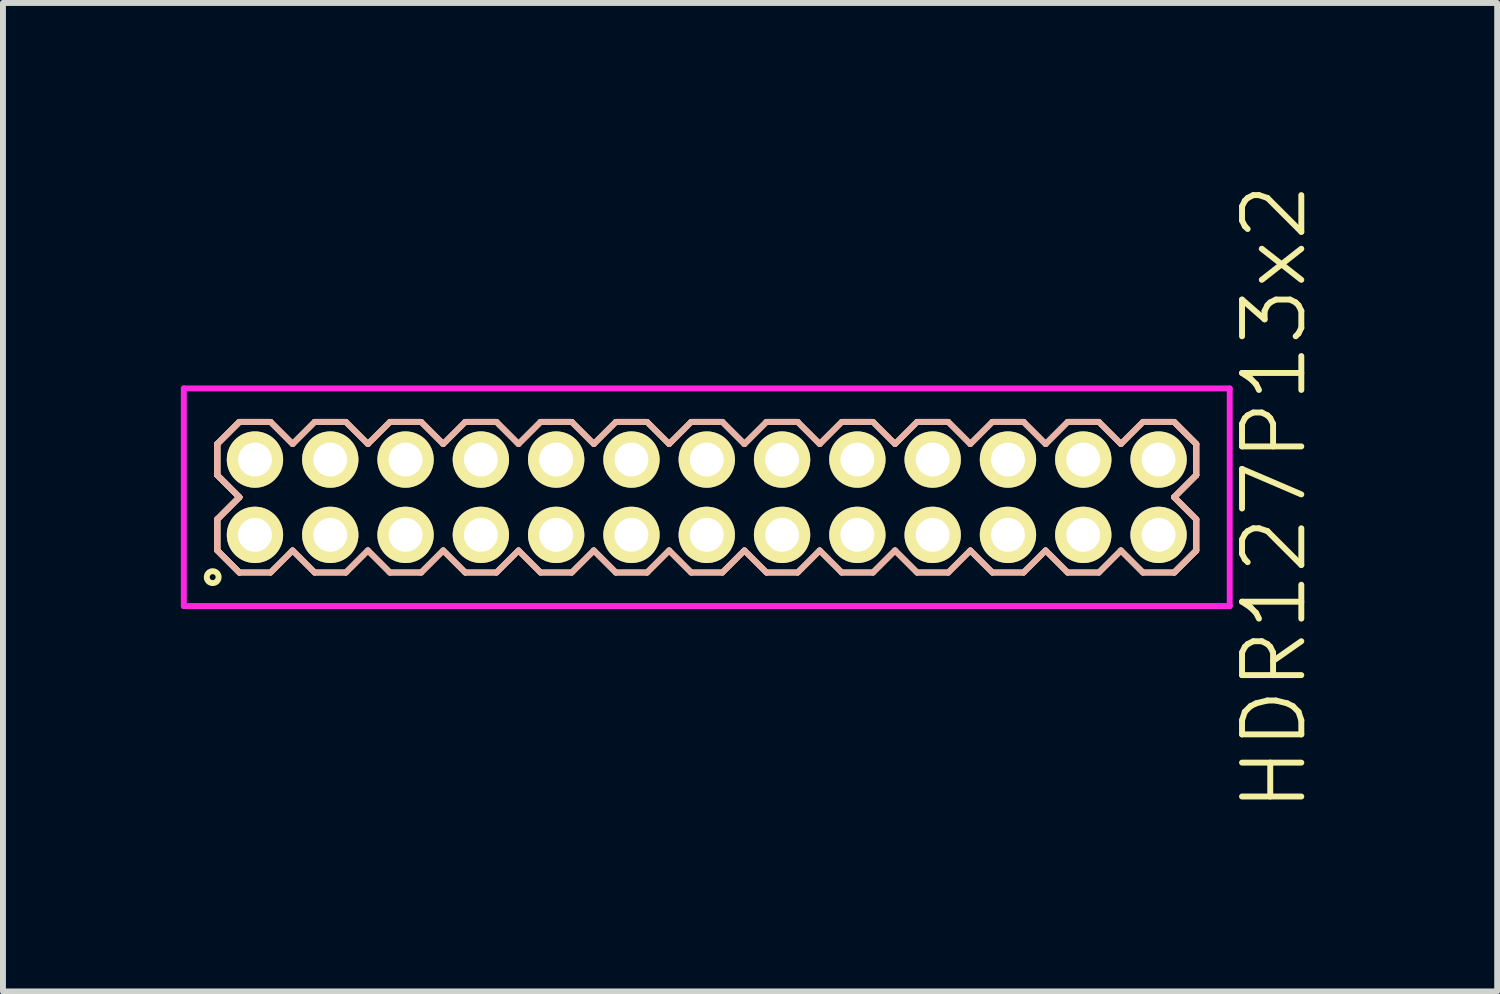
<source format=kicad_pcb>
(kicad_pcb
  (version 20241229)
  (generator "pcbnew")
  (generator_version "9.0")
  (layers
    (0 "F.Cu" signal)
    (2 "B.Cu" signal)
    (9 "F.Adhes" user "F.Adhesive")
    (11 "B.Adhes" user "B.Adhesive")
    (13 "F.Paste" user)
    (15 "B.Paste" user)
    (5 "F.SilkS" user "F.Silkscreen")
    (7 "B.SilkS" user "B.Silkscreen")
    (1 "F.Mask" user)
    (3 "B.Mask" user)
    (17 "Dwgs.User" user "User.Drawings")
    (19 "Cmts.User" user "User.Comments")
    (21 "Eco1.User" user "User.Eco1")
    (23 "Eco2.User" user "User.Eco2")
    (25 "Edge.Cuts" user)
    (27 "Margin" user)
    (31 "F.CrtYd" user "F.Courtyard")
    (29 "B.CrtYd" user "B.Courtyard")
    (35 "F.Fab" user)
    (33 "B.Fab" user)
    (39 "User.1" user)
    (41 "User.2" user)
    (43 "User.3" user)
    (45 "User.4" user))
  (footprint "HDR127P13x2"
    (layer "F.Cu")
    (at 8.87 5.336)
    (property "Reference" "HDR127P13x2" (at 9.57 0 90) (layer "F.SilkS") (effects (font (size 1 1) (thickness 0.1))))
    (attr through_hole)
    (fp_line (start -8.255 -0.898) (end -7.883 -1.27) (stroke (width 0.1) (type solid)) (layer "F.SilkS"))
    (fp_line (start -8.255 -0.898) (end -7.883 -1.27) (stroke (width 0.1) (type solid)) (layer "F.SilkS"))
    (fp_line (start -8.255 -0.372) (end -8.255 -0.898) (stroke (width 0.1) (type solid)) (layer "F.SilkS"))
    (fp_line (start -8.255 -0.372) (end -8.255 -0.898) (stroke (width 0.1) (type solid)) (layer "F.SilkS"))
    (fp_line (start -8.255 0.372) (end -7.883 0) (stroke (width 0.1) (type solid)) (layer "F.SilkS"))
    (fp_line (start -8.255 0.372) (end -7.883 0) (stroke (width 0.1) (type solid)) (layer "F.SilkS"))
    (fp_line (start -8.255 0.898) (end -8.255 0.372) (stroke (width 0.1) (type solid)) (layer "F.SilkS"))
    (fp_line (start -8.255 0.898) (end -8.255 0.372) (stroke (width 0.1) (type solid)) (layer "F.SilkS"))
    (fp_line (start -7.883 -1.27) (end -7.357 -1.27) (stroke (width 0.1) (type solid)) (layer "F.SilkS"))
    (fp_line (start -7.883 0) (end -8.255 -0.372) (stroke (width 0.1) (type solid)) (layer "F.SilkS"))
    (fp_line (start -7.883 0) (end -8.255 -0.372) (stroke (width 0.1) (type solid)) (layer "F.SilkS"))
    (fp_line (start -7.883 1.27) (end -8.255 0.898) (stroke (width 0.1) (type solid)) (layer "F.SilkS"))
    (fp_line (start -7.883 1.27) (end -8.255 0.898) (stroke (width 0.1) (type solid)) (layer "F.SilkS"))
    (fp_line (start -7.357 -1.27) (end -6.985 -0.898) (stroke (width 0.1) (type solid)) (layer "F.SilkS"))
    (fp_line (start -7.357 1.27) (end -7.883 1.27) (stroke (width 0.1) (type solid)) (layer "F.SilkS"))
    (fp_line (start -6.985 -0.898) (end -6.613 -1.27) (stroke (width 0.1) (type solid)) (layer "F.SilkS"))
    (fp_line (start -6.985 0.898) (end -7.357 1.27) (stroke (width 0.1) (type solid)) (layer "F.SilkS"))
    (fp_line (start -6.613 -1.27) (end -6.087 -1.27) (stroke (width 0.1) (type solid)) (layer "F.SilkS"))
    (fp_line (start -6.613 1.27) (end -6.985 0.898) (stroke (width 0.1) (type solid)) (layer "F.SilkS"))
    (fp_line (start -6.087 -1.27) (end -5.715 -0.898) (stroke (width 0.1) (type solid)) (layer "F.SilkS"))
    (fp_line (start -6.087 1.27) (end -6.613 1.27) (stroke (width 0.1) (type solid)) (layer "F.SilkS"))
    (fp_line (start -5.715 -0.898) (end -5.343 -1.27) (stroke (width 0.1) (type solid)) (layer "F.SilkS"))
    (fp_line (start -5.715 0.898) (end -6.087 1.27) (stroke (width 0.1) (type solid)) (layer "F.SilkS"))
    (fp_line (start -5.343 -1.27) (end -4.817 -1.27) (stroke (width 0.1) (type solid)) (layer "F.SilkS"))
    (fp_line (start -5.343 1.27) (end -5.715 0.898) (stroke (width 0.1) (type solid)) (layer "F.SilkS"))
    (fp_line (start -4.817 -1.27) (end -4.445 -0.898) (stroke (width 0.1) (type solid)) (layer "F.SilkS"))
    (fp_line (start -4.817 1.27) (end -5.343 1.27) (stroke (width 0.1) (type solid)) (layer "F.SilkS"))
    (fp_line (start -4.445 -0.898) (end -4.073 -1.27) (stroke (width 0.1) (type solid)) (layer "F.SilkS"))
    (fp_line (start -4.445 0.898) (end -4.817 1.27) (stroke (width 0.1) (type solid)) (layer "F.SilkS"))
    (fp_line (start -4.073 -1.27) (end -3.547 -1.27) (stroke (width 0.1) (type solid)) (layer "F.SilkS"))
    (fp_line (start -4.073 1.27) (end -4.445 0.898) (stroke (width 0.1) (type solid)) (layer "F.SilkS"))
    (fp_line (start -3.547 -1.27) (end -3.175 -0.898) (stroke (width 0.1) (type solid)) (layer "F.SilkS"))
    (fp_line (start -3.547 1.27) (end -4.073 1.27) (stroke (width 0.1) (type solid)) (layer "F.SilkS"))
    (fp_line (start -3.175 -0.898) (end -2.803 -1.27) (stroke (width 0.1) (type solid)) (layer "F.SilkS"))
    (fp_line (start -3.175 0.898) (end -3.547 1.27) (stroke (width 0.1) (type solid)) (layer "F.SilkS"))
    (fp_line (start -2.803 -1.27) (end -2.277 -1.27) (stroke (width 0.1) (type solid)) (layer "F.SilkS"))
    (fp_line (start -2.803 1.27) (end -3.175 0.898) (stroke (width 0.1) (type solid)) (layer "F.SilkS"))
    (fp_line (start -2.277 -1.27) (end -1.905 -0.898) (stroke (width 0.1) (type solid)) (layer "F.SilkS"))
    (fp_line (start -2.277 1.27) (end -2.803 1.27) (stroke (width 0.1) (type solid)) (layer "F.SilkS"))
    (fp_line (start -1.905 -0.898) (end -1.533 -1.27) (stroke (width 0.1) (type solid)) (layer "F.SilkS"))
    (fp_line (start -1.905 0.898) (end -2.277 1.27) (stroke (width 0.1) (type solid)) (layer "F.SilkS"))
    (fp_line (start -1.533 -1.27) (end -1.007 -1.27) (stroke (width 0.1) (type solid)) (layer "F.SilkS"))
    (fp_line (start -1.533 1.27) (end -1.905 0.898) (stroke (width 0.1) (type solid)) (layer "F.SilkS"))
    (fp_line (start -1.007 -1.27) (end -0.635 -0.898) (stroke (width 0.1) (type solid)) (layer "F.SilkS"))
    (fp_line (start -1.007 1.27) (end -1.533 1.27) (stroke (width 0.1) (type solid)) (layer "F.SilkS"))
    (fp_line (start -0.635 -0.898) (end -0.263 -1.27) (stroke (width 0.1) (type solid)) (layer "F.SilkS"))
    (fp_line (start -0.635 0.898) (end -1.007 1.27) (stroke (width 0.1) (type solid)) (layer "F.SilkS"))
    (fp_line (start -0.263 -1.27) (end 0.263 -1.27) (stroke (width 0.1) (type solid)) (layer "F.SilkS"))
    (fp_line (start -0.263 1.27) (end -0.635 0.898) (stroke (width 0.1) (type solid)) (layer "F.SilkS"))
    (fp_line (start 0.263 -1.27) (end 0.635 -0.898) (stroke (width 0.1) (type solid)) (layer "F.SilkS"))
    (fp_line (start 0.263 1.27) (end -0.263 1.27) (stroke (width 0.1) (type solid)) (layer "F.SilkS"))
    (fp_line (start 0.635 -0.898) (end 1.007 -1.27) (stroke (width 0.1) (type solid)) (layer "F.SilkS"))
    (fp_line (start 0.635 0.898) (end 0.263 1.27) (stroke (width 0.1) (type solid)) (layer "F.SilkS"))
    (fp_line (start 1.007 -1.27) (end 1.533 -1.27) (stroke (width 0.1) (type solid)) (layer "F.SilkS"))
    (fp_line (start 1.007 1.27) (end 0.635 0.898) (stroke (width 0.1) (type solid)) (layer "F.SilkS"))
    (fp_line (start 1.533 -1.27) (end 1.905 -0.898) (stroke (width 0.1) (type solid)) (layer "F.SilkS"))
    (fp_line (start 1.533 1.27) (end 1.007 1.27) (stroke (width 0.1) (type solid)) (layer "F.SilkS"))
    (fp_line (start 1.905 -0.898) (end 2.277 -1.27) (stroke (width 0.1) (type solid)) (layer "F.SilkS"))
    (fp_line (start 1.905 0.898) (end 1.533 1.27) (stroke (width 0.1) (type solid)) (layer "F.SilkS"))
    (fp_line (start 2.277 -1.27) (end 2.803 -1.27) (stroke (width 0.1) (type solid)) (layer "F.SilkS"))
    (fp_line (start 2.277 1.27) (end 1.905 0.898) (stroke (width 0.1) (type solid)) (layer "F.SilkS"))
    (fp_line (start 2.803 -1.27) (end 3.175 -0.898) (stroke (width 0.1) (type solid)) (layer "F.SilkS"))
    (fp_line (start 2.803 1.27) (end 2.277 1.27) (stroke (width 0.1) (type solid)) (layer "F.SilkS"))
    (fp_line (start 3.175 -0.898) (end 3.547 -1.27) (stroke (width 0.1) (type solid)) (layer "F.SilkS"))
    (fp_line (start 3.175 0.898) (end 2.803 1.27) (stroke (width 0.1) (type solid)) (layer "F.SilkS"))
    (fp_line (start 3.547 -1.27) (end 4.073 -1.27) (stroke (width 0.1) (type solid)) (layer "F.SilkS"))
    (fp_line (start 3.547 1.27) (end 3.175 0.898) (stroke (width 0.1) (type solid)) (layer "F.SilkS"))
    (fp_line (start 4.073 -1.27) (end 4.445 -0.898) (stroke (width 0.1) (type solid)) (layer "F.SilkS"))
    (fp_line (start 4.073 1.27) (end 3.547 1.27) (stroke (width 0.1) (type solid)) (layer "F.SilkS"))
    (fp_line (start 4.445 -0.898) (end 4.817 -1.27) (stroke (width 0.1) (type solid)) (layer "F.SilkS"))
    (fp_line (start 4.445 0.898) (end 4.073 1.27) (stroke (width 0.1) (type solid)) (layer "F.SilkS"))
    (fp_line (start 4.817 -1.27) (end 5.343 -1.27) (stroke (width 0.1) (type solid)) (layer "F.SilkS"))
    (fp_line (start 4.817 1.27) (end 4.445 0.898) (stroke (width 0.1) (type solid)) (layer "F.SilkS"))
    (fp_line (start 5.343 -1.27) (end 5.715 -0.898) (stroke (width 0.1) (type solid)) (layer "F.SilkS"))
    (fp_line (start 5.343 1.27) (end 4.817 1.27) (stroke (width 0.1) (type solid)) (layer "F.SilkS"))
    (fp_line (start 5.715 -0.898) (end 6.087 -1.27) (stroke (width 0.1) (type solid)) (layer "F.SilkS"))
    (fp_line (start 5.715 0.898) (end 5.343 1.27) (stroke (width 0.1) (type solid)) (layer "F.SilkS"))
    (fp_line (start 6.087 -1.27) (end 6.613 -1.27) (stroke (width 0.1) (type solid)) (layer "F.SilkS"))
    (fp_line (start 6.087 1.27) (end 5.715 0.898) (stroke (width 0.1) (type solid)) (layer "F.SilkS"))
    (fp_line (start 6.613 -1.27) (end 6.985 -0.898) (stroke (width 0.1) (type solid)) (layer "F.SilkS"))
    (fp_line (start 6.613 1.27) (end 6.087 1.27) (stroke (width 0.1) (type solid)) (layer "F.SilkS"))
    (fp_line (start 6.985 -0.898) (end 7.357 -1.27) (stroke (width 0.1) (type solid)) (layer "F.SilkS"))
    (fp_line (start 6.985 0.898) (end 6.613 1.27) (stroke (width 0.1) (type solid)) (layer "F.SilkS"))
    (fp_line (start 7.357 -1.27) (end 7.883 -1.27) (stroke (width 0.1) (type solid)) (layer "F.SilkS"))
    (fp_line (start 7.357 1.27) (end 6.985 0.898) (stroke (width 0.1) (type solid)) (layer "F.SilkS"))
    (fp_line (start 7.883 -1.27) (end 8.255 -0.898) (stroke (width 0.1) (type solid)) (layer "F.SilkS"))
    (fp_line (start 7.883 -1.27) (end 8.255 -0.898) (stroke (width 0.1) (type solid)) (layer "F.SilkS"))
    (fp_line (start 7.883 0) (end 8.255 0.372) (stroke (width 0.1) (type solid)) (layer "F.SilkS"))
    (fp_line (start 7.883 0) (end 8.255 0.372) (stroke (width 0.1) (type solid)) (layer "F.SilkS"))
    (fp_line (start 7.883 1.27) (end 7.357 1.27) (stroke (width 0.1) (type solid)) (layer "F.SilkS"))
    (fp_line (start 8.255 -0.898) (end 8.255 -0.372) (stroke (width 0.1) (type solid)) (layer "F.SilkS"))
    (fp_line (start 8.255 -0.898) (end 8.255 -0.372) (stroke (width 0.1) (type solid)) (layer "F.SilkS"))
    (fp_line (start 8.255 -0.372) (end 7.883 0) (stroke (width 0.1) (type solid)) (layer "F.SilkS"))
    (fp_line (start 8.255 -0.372) (end 7.883 0) (stroke (width 0.1) (type solid)) (layer "F.SilkS"))
    (fp_line (start 8.255 0.372) (end 8.255 0.898) (stroke (width 0.1) (type solid)) (layer "F.SilkS"))
    (fp_line (start 8.255 0.372) (end 8.255 0.898) (stroke (width 0.1) (type solid)) (layer "F.SilkS"))
    (fp_line (start 8.255 0.898) (end 7.883 1.27) (stroke (width 0.1) (type solid)) (layer "F.SilkS"))
    (fp_line (start 8.255 0.898) (end 7.883 1.27) (stroke (width 0.1) (type solid)) (layer "F.SilkS"))
    (fp_circle (center -8.333 1.348) (end -8.233 1.348) (stroke (width 0.1) (type solid)) (fill no) (layer "F.SilkS"))
    (fp_line (start -8.255 -0.898) (end -7.883 -1.27) (stroke (width 0.1) (type solid)) (layer "B.SilkS"))
    (fp_line (start -8.255 -0.898) (end -7.883 -1.27) (stroke (width 0.1) (type solid)) (layer "B.SilkS"))
    (fp_line (start -8.255 -0.372) (end -8.255 -0.898) (stroke (width 0.1) (type solid)) (layer "B.SilkS"))
    (fp_line (start -8.255 -0.372) (end -8.255 -0.898) (stroke (width 0.1) (type solid)) (layer "B.SilkS"))
    (fp_line (start -8.255 0.372) (end -7.883 0) (stroke (width 0.1) (type solid)) (layer "B.SilkS"))
    (fp_line (start -8.255 0.372) (end -7.883 0) (stroke (width 0.1) (type solid)) (layer "B.SilkS"))
    (fp_line (start -8.255 0.898) (end -8.255 0.372) (stroke (width 0.1) (type solid)) (layer "B.SilkS"))
    (fp_line (start -8.255 0.898) (end -8.255 0.372) (stroke (width 0.1) (type solid)) (layer "B.SilkS"))
    (fp_line (start -7.883 -1.27) (end -7.357 -1.27) (stroke (width 0.1) (type solid)) (layer "B.SilkS"))
    (fp_line (start -7.883 0) (end -8.255 -0.372) (stroke (width 0.1) (type solid)) (layer "B.SilkS"))
    (fp_line (start -7.883 0) (end -8.255 -0.372) (stroke (width 0.1) (type solid)) (layer "B.SilkS"))
    (fp_line (start -7.883 1.27) (end -8.255 0.898) (stroke (width 0.1) (type solid)) (layer "B.SilkS"))
    (fp_line (start -7.883 1.27) (end -8.255 0.898) (stroke (width 0.1) (type solid)) (layer "B.SilkS"))
    (fp_line (start -7.357 -1.27) (end -6.985 -0.898) (stroke (width 0.1) (type solid)) (layer "B.SilkS"))
    (fp_line (start -7.357 1.27) (end -7.883 1.27) (stroke (width 0.1) (type solid)) (layer "B.SilkS"))
    (fp_line (start -6.985 -0.898) (end -6.613 -1.27) (stroke (width 0.1) (type solid)) (layer "B.SilkS"))
    (fp_line (start -6.985 0.898) (end -7.357 1.27) (stroke (width 0.1) (type solid)) (layer "B.SilkS"))
    (fp_line (start -6.613 -1.27) (end -6.087 -1.27) (stroke (width 0.1) (type solid)) (layer "B.SilkS"))
    (fp_line (start -6.613 1.27) (end -6.985 0.898) (stroke (width 0.1) (type solid)) (layer "B.SilkS"))
    (fp_line (start -6.087 -1.27) (end -5.715 -0.898) (stroke (width 0.1) (type solid)) (layer "B.SilkS"))
    (fp_line (start -6.087 1.27) (end -6.613 1.27) (stroke (width 0.1) (type solid)) (layer "B.SilkS"))
    (fp_line (start -5.715 -0.898) (end -5.343 -1.27) (stroke (width 0.1) (type solid)) (layer "B.SilkS"))
    (fp_line (start -5.715 0.898) (end -6.087 1.27) (stroke (width 0.1) (type solid)) (layer "B.SilkS"))
    (fp_line (start -5.343 -1.27) (end -4.817 -1.27) (stroke (width 0.1) (type solid)) (layer "B.SilkS"))
    (fp_line (start -5.343 1.27) (end -5.715 0.898) (stroke (width 0.1) (type solid)) (layer "B.SilkS"))
    (fp_line (start -4.817 -1.27) (end -4.445 -0.898) (stroke (width 0.1) (type solid)) (layer "B.SilkS"))
    (fp_line (start -4.817 1.27) (end -5.343 1.27) (stroke (width 0.1) (type solid)) (layer "B.SilkS"))
    (fp_line (start -4.445 -0.898) (end -4.073 -1.27) (stroke (width 0.1) (type solid)) (layer "B.SilkS"))
    (fp_line (start -4.445 0.898) (end -4.817 1.27) (stroke (width 0.1) (type solid)) (layer "B.SilkS"))
    (fp_line (start -4.073 -1.27) (end -3.547 -1.27) (stroke (width 0.1) (type solid)) (layer "B.SilkS"))
    (fp_line (start -4.073 1.27) (end -4.445 0.898) (stroke (width 0.1) (type solid)) (layer "B.SilkS"))
    (fp_line (start -3.547 -1.27) (end -3.175 -0.898) (stroke (width 0.1) (type solid)) (layer "B.SilkS"))
    (fp_line (start -3.547 1.27) (end -4.073 1.27) (stroke (width 0.1) (type solid)) (layer "B.SilkS"))
    (fp_line (start -3.175 -0.898) (end -2.803 -1.27) (stroke (width 0.1) (type solid)) (layer "B.SilkS"))
    (fp_line (start -3.175 0.898) (end -3.547 1.27) (stroke (width 0.1) (type solid)) (layer "B.SilkS"))
    (fp_line (start -2.803 -1.27) (end -2.277 -1.27) (stroke (width 0.1) (type solid)) (layer "B.SilkS"))
    (fp_line (start -2.803 1.27) (end -3.175 0.898) (stroke (width 0.1) (type solid)) (layer "B.SilkS"))
    (fp_line (start -2.277 -1.27) (end -1.905 -0.898) (stroke (width 0.1) (type solid)) (layer "B.SilkS"))
    (fp_line (start -2.277 1.27) (end -2.803 1.27) (stroke (width 0.1) (type solid)) (layer "B.SilkS"))
    (fp_line (start -1.905 -0.898) (end -1.533 -1.27) (stroke (width 0.1) (type solid)) (layer "B.SilkS"))
    (fp_line (start -1.905 0.898) (end -2.277 1.27) (stroke (width 0.1) (type solid)) (layer "B.SilkS"))
    (fp_line (start -1.533 -1.27) (end -1.007 -1.27) (stroke (width 0.1) (type solid)) (layer "B.SilkS"))
    (fp_line (start -1.533 1.27) (end -1.905 0.898) (stroke (width 0.1) (type solid)) (layer "B.SilkS"))
    (fp_line (start -1.007 -1.27) (end -0.635 -0.898) (stroke (width 0.1) (type solid)) (layer "B.SilkS"))
    (fp_line (start -1.007 1.27) (end -1.533 1.27) (stroke (width 0.1) (type solid)) (layer "B.SilkS"))
    (fp_line (start -0.635 -0.898) (end -0.263 -1.27) (stroke (width 0.1) (type solid)) (layer "B.SilkS"))
    (fp_line (start -0.635 0.898) (end -1.007 1.27) (stroke (width 0.1) (type solid)) (layer "B.SilkS"))
    (fp_line (start -0.263 -1.27) (end 0.263 -1.27) (stroke (width 0.1) (type solid)) (layer "B.SilkS"))
    (fp_line (start -0.263 1.27) (end -0.635 0.898) (stroke (width 0.1) (type solid)) (layer "B.SilkS"))
    (fp_line (start 0.263 -1.27) (end 0.635 -0.898) (stroke (width 0.1) (type solid)) (layer "B.SilkS"))
    (fp_line (start 0.263 1.27) (end -0.263 1.27) (stroke (width 0.1) (type solid)) (layer "B.SilkS"))
    (fp_line (start 0.635 -0.898) (end 1.007 -1.27) (stroke (width 0.1) (type solid)) (layer "B.SilkS"))
    (fp_line (start 0.635 0.898) (end 0.263 1.27) (stroke (width 0.1) (type solid)) (layer "B.SilkS"))
    (fp_line (start 1.007 -1.27) (end 1.533 -1.27) (stroke (width 0.1) (type solid)) (layer "B.SilkS"))
    (fp_line (start 1.007 1.27) (end 0.635 0.898) (stroke (width 0.1) (type solid)) (layer "B.SilkS"))
    (fp_line (start 1.533 -1.27) (end 1.905 -0.898) (stroke (width 0.1) (type solid)) (layer "B.SilkS"))
    (fp_line (start 1.533 1.27) (end 1.007 1.27) (stroke (width 0.1) (type solid)) (layer "B.SilkS"))
    (fp_line (start 1.905 -0.898) (end 2.277 -1.27) (stroke (width 0.1) (type solid)) (layer "B.SilkS"))
    (fp_line (start 1.905 0.898) (end 1.533 1.27) (stroke (width 0.1) (type solid)) (layer "B.SilkS"))
    (fp_line (start 2.277 -1.27) (end 2.803 -1.27) (stroke (width 0.1) (type solid)) (layer "B.SilkS"))
    (fp_line (start 2.277 1.27) (end 1.905 0.898) (stroke (width 0.1) (type solid)) (layer "B.SilkS"))
    (fp_line (start 2.803 -1.27) (end 3.175 -0.898) (stroke (width 0.1) (type solid)) (layer "B.SilkS"))
    (fp_line (start 2.803 1.27) (end 2.277 1.27) (stroke (width 0.1) (type solid)) (layer "B.SilkS"))
    (fp_line (start 3.175 -0.898) (end 3.547 -1.27) (stroke (width 0.1) (type solid)) (layer "B.SilkS"))
    (fp_line (start 3.175 0.898) (end 2.803 1.27) (stroke (width 0.1) (type solid)) (layer "B.SilkS"))
    (fp_line (start 3.547 -1.27) (end 4.073 -1.27) (stroke (width 0.1) (type solid)) (layer "B.SilkS"))
    (fp_line (start 3.547 1.27) (end 3.175 0.898) (stroke (width 0.1) (type solid)) (layer "B.SilkS"))
    (fp_line (start 4.073 -1.27) (end 4.445 -0.898) (stroke (width 0.1) (type solid)) (layer "B.SilkS"))
    (fp_line (start 4.073 1.27) (end 3.547 1.27) (stroke (width 0.1) (type solid)) (layer "B.SilkS"))
    (fp_line (start 4.445 -0.898) (end 4.817 -1.27) (stroke (width 0.1) (type solid)) (layer "B.SilkS"))
    (fp_line (start 4.445 0.898) (end 4.073 1.27) (stroke (width 0.1) (type solid)) (layer "B.SilkS"))
    (fp_line (start 4.817 -1.27) (end 5.343 -1.27) (stroke (width 0.1) (type solid)) (layer "B.SilkS"))
    (fp_line (start 4.817 1.27) (end 4.445 0.898) (stroke (width 0.1) (type solid)) (layer "B.SilkS"))
    (fp_line (start 5.343 -1.27) (end 5.715 -0.898) (stroke (width 0.1) (type solid)) (layer "B.SilkS"))
    (fp_line (start 5.343 1.27) (end 4.817 1.27) (stroke (width 0.1) (type solid)) (layer "B.SilkS"))
    (fp_line (start 5.715 -0.898) (end 6.087 -1.27) (stroke (width 0.1) (type solid)) (layer "B.SilkS"))
    (fp_line (start 5.715 0.898) (end 5.343 1.27) (stroke (width 0.1) (type solid)) (layer "B.SilkS"))
    (fp_line (start 6.087 -1.27) (end 6.613 -1.27) (stroke (width 0.1) (type solid)) (layer "B.SilkS"))
    (fp_line (start 6.087 1.27) (end 5.715 0.898) (stroke (width 0.1) (type solid)) (layer "B.SilkS"))
    (fp_line (start 6.613 -1.27) (end 6.985 -0.898) (stroke (width 0.1) (type solid)) (layer "B.SilkS"))
    (fp_line (start 6.613 1.27) (end 6.087 1.27) (stroke (width 0.1) (type solid)) (layer "B.SilkS"))
    (fp_line (start 6.985 -0.898) (end 7.357 -1.27) (stroke (width 0.1) (type solid)) (layer "B.SilkS"))
    (fp_line (start 6.985 0.898) (end 6.613 1.27) (stroke (width 0.1) (type solid)) (layer "B.SilkS"))
    (fp_line (start 7.357 -1.27) (end 7.883 -1.27) (stroke (width 0.1) (type solid)) (layer "B.SilkS"))
    (fp_line (start 7.357 1.27) (end 6.985 0.898) (stroke (width 0.1) (type solid)) (layer "B.SilkS"))
    (fp_line (start 7.883 -1.27) (end 8.255 -0.898) (stroke (width 0.1) (type solid)) (layer "B.SilkS"))
    (fp_line (start 7.883 -1.27) (end 8.255 -0.898) (stroke (width 0.1) (type solid)) (layer "B.SilkS"))
    (fp_line (start 7.883 0) (end 8.255 0.372) (stroke (width 0.1) (type solid)) (layer "B.SilkS"))
    (fp_line (start 7.883 0) (end 8.255 0.372) (stroke (width 0.1) (type solid)) (layer "B.SilkS"))
    (fp_line (start 7.883 1.27) (end 7.357 1.27) (stroke (width 0.1) (type solid)) (layer "B.SilkS"))
    (fp_line (start 8.255 -0.898) (end 8.255 -0.372) (stroke (width 0.1) (type solid)) (layer "B.SilkS"))
    (fp_line (start 8.255 -0.898) (end 8.255 -0.372) (stroke (width 0.1) (type solid)) (layer "B.SilkS"))
    (fp_line (start 8.255 -0.372) (end 7.883 0) (stroke (width 0.1) (type solid)) (layer "B.SilkS"))
    (fp_line (start 8.255 -0.372) (end 7.883 0) (stroke (width 0.1) (type solid)) (layer "B.SilkS"))
    (fp_line (start 8.255 0.372) (end 8.255 0.898) (stroke (width 0.1) (type solid)) (layer "B.SilkS"))
    (fp_line (start 8.255 0.372) (end 8.255 0.898) (stroke (width 0.1) (type solid)) (layer "B.SilkS"))
    (fp_line (start 8.255 0.898) (end 7.883 1.27) (stroke (width 0.1) (type solid)) (layer "B.SilkS"))
    (fp_line (start 8.255 0.898) (end 7.883 1.27) (stroke (width 0.1) (type solid)) (layer "B.SilkS"))
    (fp_line (start -8.82 -1.835) (end -8.82 1.835) (stroke (width 0.1) (type solid)) (layer "F.CrtYd"))
    (fp_line (start -8.82 1.835) (end 8.82 1.835) (stroke (width 0.1) (type solid)) (layer "F.CrtYd"))
    (fp_line (start 8.82 -1.835) (end -8.82 -1.835) (stroke (width 0.1) (type solid)) (layer "F.CrtYd"))
    (fp_line (start 8.82 1.835) (end 8.82 -1.835) (stroke (width 0.1) (type solid)) (layer "F.CrtYd"))
    (pad "1" thru_hole oval (at -7.62 0.635) (size 0.95 0.95) (drill 0.57) (layers "*.Cu" "*.Mask" "F.SilkS"))
    (pad "2" thru_hole oval (at -7.62 -0.635) (size 0.95 0.95) (drill 0.57) (layers "*.Cu" "*.Mask" "F.SilkS"))
    (pad "3" thru_hole oval (at -6.35 0.635) (size 0.95 0.95) (drill 0.57) (layers "*.Cu" "*.Mask" "F.SilkS"))
    (pad "4" thru_hole oval (at -6.35 -0.635) (size 0.95 0.95) (drill 0.57) (layers "*.Cu" "*.Mask" "F.SilkS"))
    (pad "5" thru_hole oval (at -5.08 0.635) (size 0.95 0.95) (drill 0.57) (layers "*.Cu" "*.Mask" "F.SilkS"))
    (pad "6" thru_hole oval (at -5.08 -0.635) (size 0.95 0.95) (drill 0.57) (layers "*.Cu" "*.Mask" "F.SilkS"))
    (pad "7" thru_hole oval (at -3.81 0.635) (size 0.95 0.95) (drill 0.57) (layers "*.Cu" "*.Mask" "F.SilkS"))
    (pad "8" thru_hole oval (at -3.81 -0.635) (size 0.95 0.95) (drill 0.57) (layers "*.Cu" "*.Mask" "F.SilkS"))
    (pad "9" thru_hole oval (at -2.54 0.635) (size 0.95 0.95) (drill 0.57) (layers "*.Cu" "*.Mask" "F.SilkS"))
    (pad "10" thru_hole oval (at -2.54 -0.635) (size 0.95 0.95) (drill 0.57) (layers "*.Cu" "*.Mask" "F.SilkS"))
    (pad "11" thru_hole oval (at -1.27 0.635) (size 0.95 0.95) (drill 0.57) (layers "*.Cu" "*.Mask" "F.SilkS"))
    (pad "12" thru_hole oval (at -1.27 -0.635) (size 0.95 0.95) (drill 0.57) (layers "*.Cu" "*.Mask" "F.SilkS"))
    (pad "13" thru_hole oval (at 0 0.635) (size 0.95 0.95) (drill 0.57) (layers "*.Cu" "*.Mask" "F.SilkS"))
    (pad "14" thru_hole oval (at 0 -0.635) (size 0.95 0.95) (drill 0.57) (layers "*.Cu" "*.Mask" "F.SilkS"))
    (pad "15" thru_hole oval (at 1.27 0.635) (size 0.95 0.95) (drill 0.57) (layers "*.Cu" "*.Mask" "F.SilkS"))
    (pad "16" thru_hole oval (at 1.27 -0.635) (size 0.95 0.95) (drill 0.57) (layers "*.Cu" "*.Mask" "F.SilkS"))
    (pad "17" thru_hole oval (at 2.54 0.635) (size 0.95 0.95) (drill 0.57) (layers "*.Cu" "*.Mask" "F.SilkS"))
    (pad "18" thru_hole oval (at 2.54 -0.635) (size 0.95 0.95) (drill 0.57) (layers "*.Cu" "*.Mask" "F.SilkS"))
    (pad "19" thru_hole oval (at 3.81 0.635) (size 0.95 0.95) (drill 0.57) (layers "*.Cu" "*.Mask" "F.SilkS"))
    (pad "20" thru_hole oval (at 3.81 -0.635) (size 0.95 0.95) (drill 0.57) (layers "*.Cu" "*.Mask" "F.SilkS"))
    (pad "21" thru_hole oval (at 5.08 0.635) (size 0.95 0.95) (drill 0.57) (layers "*.Cu" "*.Mask" "F.SilkS"))
    (pad "22" thru_hole oval (at 5.08 -0.635) (size 0.95 0.95) (drill 0.57) (layers "*.Cu" "*.Mask" "F.SilkS"))
    (pad "23" thru_hole oval (at 6.35 0.635) (size 0.95 0.95) (drill 0.57) (layers "*.Cu" "*.Mask" "F.SilkS"))
    (pad "24" thru_hole oval (at 6.35 -0.635) (size 0.95 0.95) (drill 0.57) (layers "*.Cu" "*.Mask" "F.SilkS"))
    (pad "25" thru_hole oval (at 7.62 0.635) (size 0.95 0.95) (drill 0.57) (layers "*.Cu" "*.Mask" "F.SilkS"))
    (pad "26" thru_hole oval (at 7.62 -0.635) (size 0.95 0.95) (drill 0.57) (layers "*.Cu" "*.Mask" "F.SilkS")))
  (gr_rect
    (start -3 -3)
    (end 22.201 13.671)
    (stroke (width 0.1) (type default))
    (fill no)
    (layer "Edge.Cuts")))
</source>
